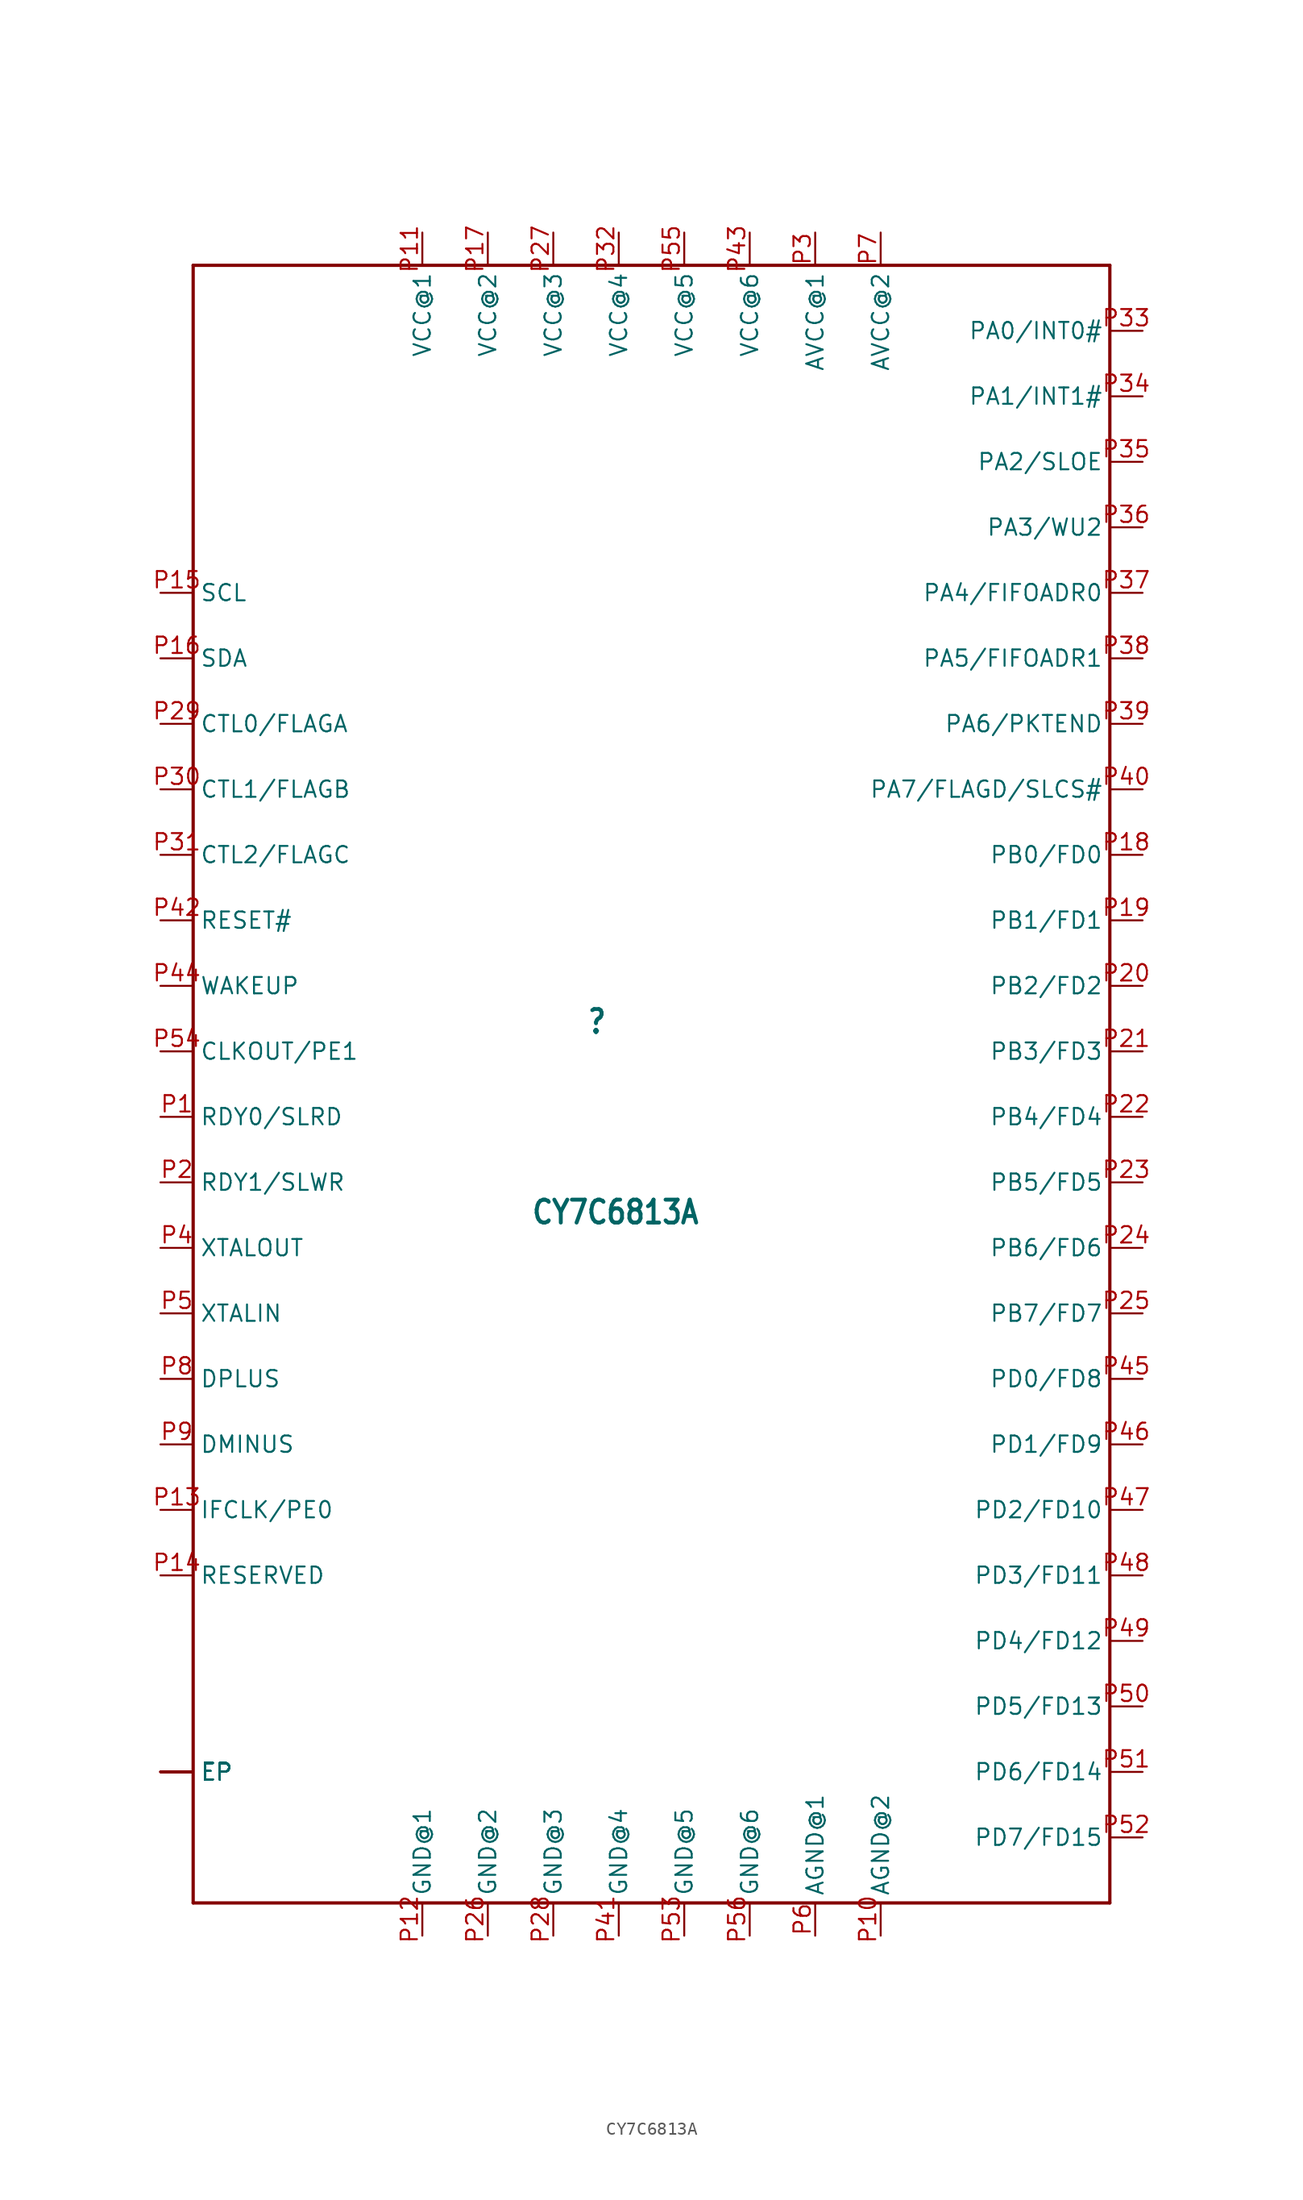
<source format=kicad_sym>
(kicad_symbol_lib
  (version 20211014)
  (generator kicad_symbol_editor)
  (symbol "CY7C6813A"
    (property "Reference" ""
      (at -5.08 6.35 0)
      (effects (font (size 1.778 1.511) bold) (justify left bottom)))
    (property "Value" "CY7C6813A"
      (at 3.81 -6.35 0)
      (effects (font (size 1.778 1.511) bold) (justify right top)))
    (property "ki_locked" ""
      (at 0 0 0)
      (effects (font (size 1.27 1.27))))
    (symbol "CY7C6813A_1_0"
      (polyline (pts (xy -35.56 -60.96) (xy 35.56 -60.96)) (stroke (width 0.254) (type default) (color 0 0 0 0)) (fill (type none)))
      (polyline (pts (xy -35.56 66.04) (xy -35.56 -60.96)) (stroke (width 0.254) (type default) (color 0 0 0 0)) (fill (type none)))
      (polyline (pts (xy 35.56 -60.96) (xy 35.56 66.04)) (stroke (width 0.254) (type default) (color 0 0 0 0)) (fill (type none)))
      (polyline (pts (xy 35.56 66.04) (xy -35.56 66.04)) (stroke (width 0.254) (type default) (color 0 0 0 0)) (fill (type none)))
      (pin power_in line (at -38.1 -50.8 0) (length 2.54) (name "EP" (effects (font (size 1.27 1.27)))) (number "EP1" (effects (font (size 0 0)))))
      (pin power_in line (at -38.1 -50.8 0) (length 2.54) (name "EP" (effects (font (size 1.27 1.27)))) (number "EP2" (effects (font (size 0 0)))))
      (pin power_in line (at -38.1 -50.8 0) (length 2.54) (name "EP" (effects (font (size 1.27 1.27)))) (number "EP3" (effects (font (size 0 0)))))
      (pin power_in line (at -38.1 -50.8 0) (length 2.54) (name "EP" (effects (font (size 1.27 1.27)))) (number "EP4" (effects (font (size 0 0)))))
      (pin power_in line (at -38.1 -50.8 0) (length 2.54) (name "EP" (effects (font (size 1.27 1.27)))) (number "EP5" (effects (font (size 0 0)))))
      (pin power_in line (at -38.1 -50.8 0) (length 2.54) (name "EP" (effects (font (size 1.27 1.27)))) (number "P$1" (effects (font (size 0 0)))))
      (pin power_in line (at -38.1 -50.8 0) (length 2.54) (name "EP" (effects (font (size 1.27 1.27)))) (number "P$10" (effects (font (size 0 0)))))
      (pin power_in line (at -38.1 -50.8 0) (length 2.54) (name "EP" (effects (font (size 1.27 1.27)))) (number "P$11" (effects (font (size 0 0)))))
      (pin power_in line (at -38.1 -50.8 0) (length 2.54) (name "EP" (effects (font (size 1.27 1.27)))) (number "P$12" (effects (font (size 0 0)))))
      (pin power_in line (at -38.1 -50.8 0) (length 2.54) (name "EP" (effects (font (size 1.27 1.27)))) (number "P$13" (effects (font (size 0 0)))))
      (pin power_in line (at -38.1 -50.8 0) (length 2.54) (name "EP" (effects (font (size 1.27 1.27)))) (number "P$14" (effects (font (size 0 0)))))
      (pin power_in line (at -38.1 -50.8 0) (length 2.54) (name "EP" (effects (font (size 1.27 1.27)))) (number "P$15" (effects (font (size 0 0)))))
      (pin power_in line (at -38.1 -50.8 0) (length 2.54) (name "EP" (effects (font (size 1.27 1.27)))) (number "P$16" (effects (font (size 0 0)))))
      (pin power_in line (at -38.1 -50.8 0) (length 2.54) (name "EP" (effects (font (size 1.27 1.27)))) (number "P$17" (effects (font (size 0 0)))))
      (pin power_in line (at -38.1 -50.8 0) (length 2.54) (name "EP" (effects (font (size 1.27 1.27)))) (number "P$18" (effects (font (size 0 0)))))
      (pin power_in line (at -38.1 -50.8 0) (length 2.54) (name "EP" (effects (font (size 1.27 1.27)))) (number "P$19" (effects (font (size 0 0)))))
      (pin power_in line (at -38.1 -50.8 0) (length 2.54) (name "EP" (effects (font (size 1.27 1.27)))) (number "P$2" (effects (font (size 0 0)))))
      (pin power_in line (at -38.1 -50.8 0) (length 2.54) (name "EP" (effects (font (size 1.27 1.27)))) (number "P$20" (effects (font (size 0 0)))))
      (pin power_in line (at -38.1 -50.8 0) (length 2.54) (name "EP" (effects (font (size 1.27 1.27)))) (number "P$3" (effects (font (size 0 0)))))
      (pin power_in line (at -38.1 -50.8 0) (length 2.54) (name "EP" (effects (font (size 1.27 1.27)))) (number "P$4" (effects (font (size 0 0)))))
      (pin power_in line (at -38.1 -50.8 0) (length 2.54) (name "EP" (effects (font (size 1.27 1.27)))) (number "P$5" (effects (font (size 0 0)))))
      (pin power_in line (at -38.1 -50.8 0) (length 2.54) (name "EP" (effects (font (size 1.27 1.27)))) (number "P$6" (effects (font (size 0 0)))))
      (pin power_in line (at -38.1 -50.8 0) (length 2.54) (name "EP" (effects (font (size 1.27 1.27)))) (number "P$7" (effects (font (size 0 0)))))
      (pin power_in line (at -38.1 -50.8 0) (length 2.54) (name "EP" (effects (font (size 1.27 1.27)))) (number "P$8" (effects (font (size 0 0)))))
      (pin power_in line (at -38.1 -50.8 0) (length 2.54) (name "EP" (effects (font (size 1.27 1.27)))) (number "P$9" (effects (font (size 0 0)))))
      (pin bidirectional line (at -38.1 0 0) (length 2.54) (name "RDY0/SLRD" (effects (font (size 1.27 1.27)))) (number "P1" (effects (font (size 1.27 1.27)))))
      (pin power_in line (at 17.78 -63.5 90) (length 2.54) (name "AGND@2" (effects (font (size 1.27 1.27)))) (number "P10" (effects (font (size 1.27 1.27)))))
      (pin power_in line (at -17.78 68.58 270) (length 2.54) (name "VCC@1" (effects (font (size 1.27 1.27)))) (number "P11" (effects (font (size 1.27 1.27)))))
      (pin power_in line (at -17.78 -63.5 90) (length 2.54) (name "GND@1" (effects (font (size 1.27 1.27)))) (number "P12" (effects (font (size 1.27 1.27)))))
      (pin input line (at -38.1 -30.48 0) (length 2.54) (name "IFCLK/PE0" (effects (font (size 1.27 1.27)))) (number "P13" (effects (font (size 1.27 1.27)))))
      (pin bidirectional line (at -38.1 -35.56 0) (length 2.54) (name "RESERVED" (effects (font (size 1.27 1.27)))) (number "P14" (effects (font (size 1.27 1.27)))))
      (pin output line (at -38.1 40.64 0) (length 2.54) (name "SCL" (effects (font (size 1.27 1.27)))) (number "P15" (effects (font (size 1.27 1.27)))))
      (pin output line (at -38.1 35.56 0) (length 2.54) (name "SDA" (effects (font (size 1.27 1.27)))) (number "P16" (effects (font (size 1.27 1.27)))))
      (pin power_in line (at -12.7 68.58 270) (length 2.54) (name "VCC@2" (effects (font (size 1.27 1.27)))) (number "P17" (effects (font (size 1.27 1.27)))))
      (pin bidirectional line (at 38.1 20.32 180) (length 2.54) (name "PB0/FD0" (effects (font (size 1.27 1.27)))) (number "P18" (effects (font (size 1.27 1.27)))))
      (pin bidirectional line (at 38.1 15.24 180) (length 2.54) (name "PB1/FD1" (effects (font (size 1.27 1.27)))) (number "P19" (effects (font (size 1.27 1.27)))))
      (pin bidirectional line (at -38.1 -5.08 0) (length 2.54) (name "RDY1/SLWR" (effects (font (size 1.27 1.27)))) (number "P2" (effects (font (size 1.27 1.27)))))
      (pin bidirectional line (at 38.1 10.16 180) (length 2.54) (name "PB2/FD2" (effects (font (size 1.27 1.27)))) (number "P20" (effects (font (size 1.27 1.27)))))
      (pin bidirectional line (at 38.1 5.08 180) (length 2.54) (name "PB3/FD3" (effects (font (size 1.27 1.27)))) (number "P21" (effects (font (size 1.27 1.27)))))
      (pin bidirectional line (at 38.1 0 180) (length 2.54) (name "PB4/FD4" (effects (font (size 1.27 1.27)))) (number "P22" (effects (font (size 1.27 1.27)))))
      (pin bidirectional line (at 38.1 -5.08 180) (length 2.54) (name "PB5/FD5" (effects (font (size 1.27 1.27)))) (number "P23" (effects (font (size 1.27 1.27)))))
      (pin bidirectional line (at 38.1 -10.16 180) (length 2.54) (name "PB6/FD6" (effects (font (size 1.27 1.27)))) (number "P24" (effects (font (size 1.27 1.27)))))
      (pin bidirectional line (at 38.1 -15.24 180) (length 2.54) (name "PB7/FD7" (effects (font (size 1.27 1.27)))) (number "P25" (effects (font (size 1.27 1.27)))))
      (pin power_in line (at -12.7 -63.5 90) (length 2.54) (name "GND@2" (effects (font (size 1.27 1.27)))) (number "P26" (effects (font (size 1.27 1.27)))))
      (pin power_in line (at -7.62 68.58 270) (length 2.54) (name "VCC@3" (effects (font (size 1.27 1.27)))) (number "P27" (effects (font (size 1.27 1.27)))))
      (pin power_in line (at -7.62 -63.5 90) (length 2.54) (name "GND@3" (effects (font (size 1.27 1.27)))) (number "P28" (effects (font (size 1.27 1.27)))))
      (pin bidirectional line (at -38.1 30.48 0) (length 2.54) (name "CTL0/FLAGA" (effects (font (size 1.27 1.27)))) (number "P29" (effects (font (size 1.27 1.27)))))
      (pin power_in line (at 12.7 68.58 270) (length 2.54) (name "AVCC@1" (effects (font (size 1.27 1.27)))) (number "P3" (effects (font (size 1.27 1.27)))))
      (pin bidirectional line (at -38.1 25.4 0) (length 2.54) (name "CTL1/FLAGB" (effects (font (size 1.27 1.27)))) (number "P30" (effects (font (size 1.27 1.27)))))
      (pin bidirectional line (at -38.1 20.32 0) (length 2.54) (name "CTL2/FLAGC" (effects (font (size 1.27 1.27)))) (number "P31" (effects (font (size 1.27 1.27)))))
      (pin power_in line (at -2.54 68.58 270) (length 2.54) (name "VCC@4" (effects (font (size 1.27 1.27)))) (number "P32" (effects (font (size 1.27 1.27)))))
      (pin bidirectional line (at 38.1 60.96 180) (length 2.54) (name "PA0/INT0#" (effects (font (size 1.27 1.27)))) (number "P33" (effects (font (size 1.27 1.27)))))
      (pin bidirectional line (at 38.1 55.88 180) (length 2.54) (name "PA1/INT1#" (effects (font (size 1.27 1.27)))) (number "P34" (effects (font (size 1.27 1.27)))))
      (pin bidirectional line (at 38.1 50.8 180) (length 2.54) (name "PA2/SLOE" (effects (font (size 1.27 1.27)))) (number "P35" (effects (font (size 1.27 1.27)))))
      (pin bidirectional line (at 38.1 45.72 180) (length 2.54) (name "PA3/WU2" (effects (font (size 1.27 1.27)))) (number "P36" (effects (font (size 1.27 1.27)))))
      (pin bidirectional line (at 38.1 40.64 180) (length 2.54) (name "PA4/FIFOADR0" (effects (font (size 1.27 1.27)))) (number "P37" (effects (font (size 1.27 1.27)))))
      (pin bidirectional line (at 38.1 35.56 180) (length 2.54) (name "PA5/FIFOADR1" (effects (font (size 1.27 1.27)))) (number "P38" (effects (font (size 1.27 1.27)))))
      (pin bidirectional line (at 38.1 30.48 180) (length 2.54) (name "PA6/PKTEND" (effects (font (size 1.27 1.27)))) (number "P39" (effects (font (size 1.27 1.27)))))
      (pin output line (at -38.1 -10.16 0) (length 2.54) (name "XTALOUT" (effects (font (size 1.27 1.27)))) (number "P4" (effects (font (size 1.27 1.27)))))
      (pin bidirectional line (at 38.1 25.4 180) (length 2.54) (name "PA7/FLAGD/SLCS#" (effects (font (size 1.27 1.27)))) (number "P40" (effects (font (size 1.27 1.27)))))
      (pin power_in line (at -2.54 -63.5 90) (length 2.54) (name "GND@4" (effects (font (size 1.27 1.27)))) (number "P41" (effects (font (size 1.27 1.27)))))
      (pin input line (at -38.1 15.24 0) (length 2.54) (name "RESET#" (effects (font (size 1.27 1.27)))) (number "P42" (effects (font (size 1.27 1.27)))))
      (pin power_in line (at 7.62 68.58 270) (length 2.54) (name "VCC@6" (effects (font (size 1.27 1.27)))) (number "P43" (effects (font (size 1.27 1.27)))))
      (pin input line (at -38.1 10.16 0) (length 2.54) (name "WAKEUP" (effects (font (size 1.27 1.27)))) (number "P44" (effects (font (size 1.27 1.27)))))
      (pin bidirectional line (at 38.1 -20.32 180) (length 2.54) (name "PD0/FD8" (effects (font (size 1.27 1.27)))) (number "P45" (effects (font (size 1.27 1.27)))))
      (pin bidirectional line (at 38.1 -25.4 180) (length 2.54) (name "PD1/FD9" (effects (font (size 1.27 1.27)))) (number "P46" (effects (font (size 1.27 1.27)))))
      (pin bidirectional line (at 38.1 -30.48 180) (length 2.54) (name "PD2/FD10" (effects (font (size 1.27 1.27)))) (number "P47" (effects (font (size 1.27 1.27)))))
      (pin bidirectional line (at 38.1 -35.56 180) (length 2.54) (name "PD3/FD11" (effects (font (size 1.27 1.27)))) (number "P48" (effects (font (size 1.27 1.27)))))
      (pin bidirectional line (at 38.1 -40.64 180) (length 2.54) (name "PD4/FD12" (effects (font (size 1.27 1.27)))) (number "P49" (effects (font (size 1.27 1.27)))))
      (pin input line (at -38.1 -15.24 0) (length 2.54) (name "XTALIN" (effects (font (size 1.27 1.27)))) (number "P5" (effects (font (size 1.27 1.27)))))
      (pin bidirectional line (at 38.1 -45.72 180) (length 2.54) (name "PD5/FD13" (effects (font (size 1.27 1.27)))) (number "P50" (effects (font (size 1.27 1.27)))))
      (pin bidirectional line (at 38.1 -50.8 180) (length 2.54) (name "PD6/FD14" (effects (font (size 1.27 1.27)))) (number "P51" (effects (font (size 1.27 1.27)))))
      (pin bidirectional line (at 38.1 -55.88 180) (length 2.54) (name "PD7/FD15" (effects (font (size 1.27 1.27)))) (number "P52" (effects (font (size 1.27 1.27)))))
      (pin power_in line (at 2.54 -63.5 90) (length 2.54) (name "GND@5" (effects (font (size 1.27 1.27)))) (number "P53" (effects (font (size 1.27 1.27)))))
      (pin bidirectional line (at -38.1 5.08 0) (length 2.54) (name "CLKOUT/PE1" (effects (font (size 1.27 1.27)))) (number "P54" (effects (font (size 1.27 1.27)))))
      (pin power_in line (at 2.54 68.58 270) (length 2.54) (name "VCC@5" (effects (font (size 1.27 1.27)))) (number "P55" (effects (font (size 1.27 1.27)))))
      (pin power_in line (at 7.62 -63.5 90) (length 2.54) (name "GND@6" (effects (font (size 1.27 1.27)))) (number "P56" (effects (font (size 1.27 1.27)))))
      (pin power_in line (at 12.7 -63.5 90) (length 2.54) (name "AGND@1" (effects (font (size 1.27 1.27)))) (number "P6" (effects (font (size 1.27 1.27)))))
      (pin power_in line (at 17.78 68.58 270) (length 2.54) (name "AVCC@2" (effects (font (size 1.27 1.27)))) (number "P7" (effects (font (size 1.27 1.27)))))
      (pin bidirectional line (at -38.1 -20.32 0) (length 2.54) (name "DPLUS" (effects (font (size 1.27 1.27)))) (number "P8" (effects (font (size 1.27 1.27)))))
      (pin bidirectional line (at -38.1 -25.4 0) (length 2.54) (name "DMINUS" (effects (font (size 1.27 1.27)))) (number "P9" (effects (font (size 1.27 1.27))))))))
</source>
